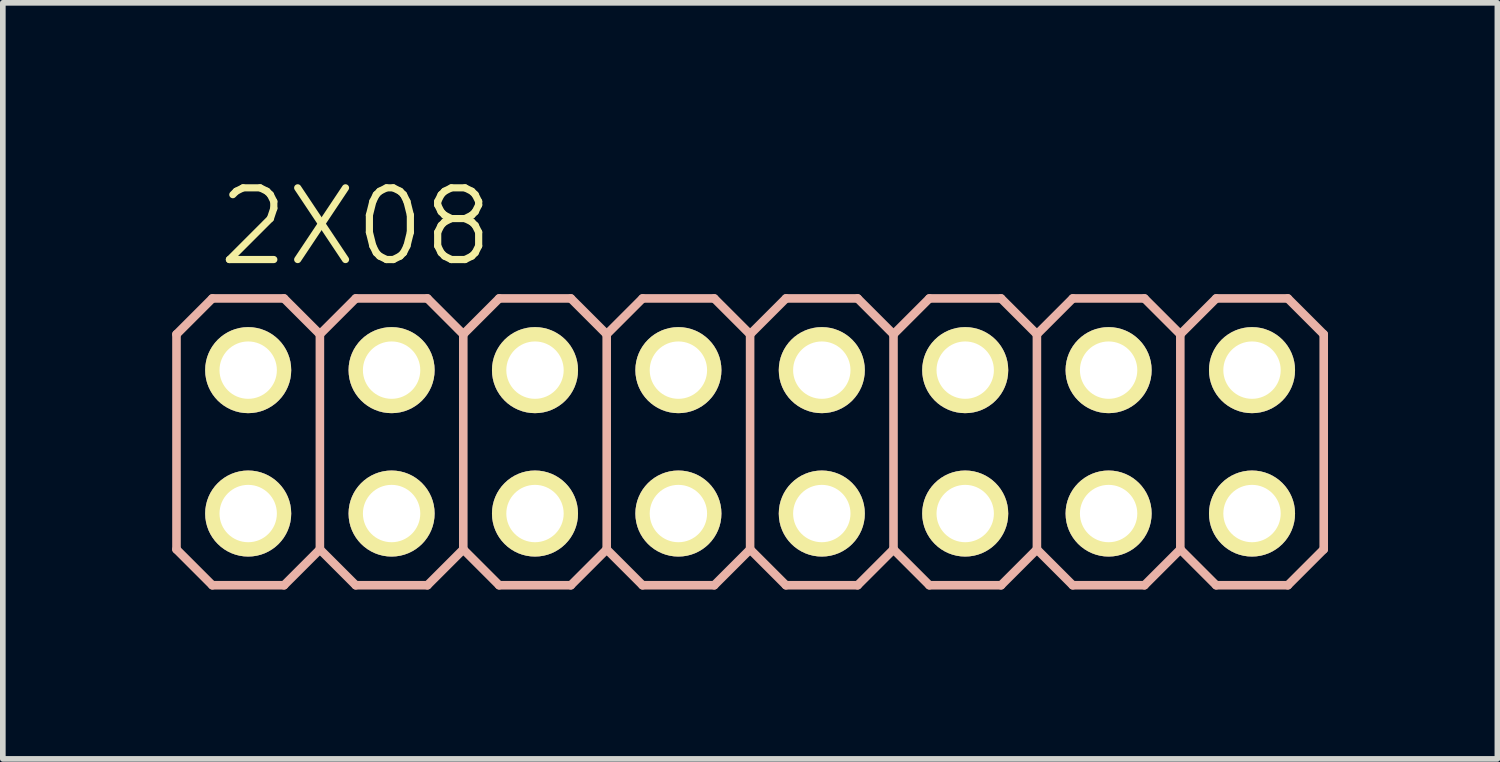
<source format=kicad_pcb>
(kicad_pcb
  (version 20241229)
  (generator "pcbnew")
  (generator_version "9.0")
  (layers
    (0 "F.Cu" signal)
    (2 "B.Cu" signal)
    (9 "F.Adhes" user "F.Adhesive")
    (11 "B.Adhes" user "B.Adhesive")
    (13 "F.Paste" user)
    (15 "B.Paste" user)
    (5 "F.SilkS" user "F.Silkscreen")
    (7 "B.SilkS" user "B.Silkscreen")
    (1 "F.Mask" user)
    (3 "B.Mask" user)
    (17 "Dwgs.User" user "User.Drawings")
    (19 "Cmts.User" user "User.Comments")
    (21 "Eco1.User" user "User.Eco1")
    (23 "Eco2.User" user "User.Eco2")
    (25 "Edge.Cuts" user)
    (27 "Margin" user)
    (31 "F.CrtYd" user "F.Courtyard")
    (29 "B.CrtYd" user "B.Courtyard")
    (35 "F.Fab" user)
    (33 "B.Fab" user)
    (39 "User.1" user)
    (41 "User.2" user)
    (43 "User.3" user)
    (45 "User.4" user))
  (footprint "2X08"
    (layer "F.Cu")
    (at 10.236 4.776)
    (property "Reference" "2X08" (at -6.985 -3.81 0) (layer "F.SilkS") (effects (font (size 1.27 1.27) (thickness 0.127))))
    (attr exclude_from_pos_files exclude_from_bom)
    (fp_line (start -9.144 -1.524) (end -8.636 -1.524) (stroke (width 0.066) (type solid)) (layer "F.SilkS"))
    (fp_line (start -9.144 -1.016) (end -9.144 -1.524) (stroke (width 0.066) (type solid)) (layer "F.SilkS"))
    (fp_line (start -9.144 -1.016) (end -8.636 -1.016) (stroke (width 0.066) (type solid)) (layer "F.SilkS"))
    (fp_line (start -9.144 1.016) (end -8.636 1.016) (stroke (width 0.066) (type solid)) (layer "F.SilkS"))
    (fp_line (start -9.144 1.524) (end -9.144 1.016) (stroke (width 0.066) (type solid)) (layer "F.SilkS"))
    (fp_line (start -9.144 1.524) (end -8.636 1.524) (stroke (width 0.066) (type solid)) (layer "F.SilkS"))
    (fp_line (start -8.636 -1.016) (end -8.636 -1.524) (stroke (width 0.066) (type solid)) (layer "F.SilkS"))
    (fp_line (start -8.636 1.524) (end -8.636 1.016) (stroke (width 0.066) (type solid)) (layer "F.SilkS"))
    (fp_line (start -6.604 -1.524) (end -6.096 -1.524) (stroke (width 0.066) (type solid)) (layer "F.SilkS"))
    (fp_line (start -6.604 -1.016) (end -6.604 -1.524) (stroke (width 0.066) (type solid)) (layer "F.SilkS"))
    (fp_line (start -6.604 -1.016) (end -6.096 -1.016) (stroke (width 0.066) (type solid)) (layer "F.SilkS"))
    (fp_line (start -6.604 1.016) (end -6.096 1.016) (stroke (width 0.066) (type solid)) (layer "F.SilkS"))
    (fp_line (start -6.604 1.524) (end -6.604 1.016) (stroke (width 0.066) (type solid)) (layer "F.SilkS"))
    (fp_line (start -6.604 1.524) (end -6.096 1.524) (stroke (width 0.066) (type solid)) (layer "F.SilkS"))
    (fp_line (start -6.096 -1.016) (end -6.096 -1.524) (stroke (width 0.066) (type solid)) (layer "F.SilkS"))
    (fp_line (start -6.096 1.524) (end -6.096 1.016) (stroke (width 0.066) (type solid)) (layer "F.SilkS"))
    (fp_line (start -4.064 -1.524) (end -3.556 -1.524) (stroke (width 0.066) (type solid)) (layer "F.SilkS"))
    (fp_line (start -4.064 -1.016) (end -4.064 -1.524) (stroke (width 0.066) (type solid)) (layer "F.SilkS"))
    (fp_line (start -4.064 -1.016) (end -3.556 -1.016) (stroke (width 0.066) (type solid)) (layer "F.SilkS"))
    (fp_line (start -4.064 1.016) (end -3.556 1.016) (stroke (width 0.066) (type solid)) (layer "F.SilkS"))
    (fp_line (start -4.064 1.524) (end -4.064 1.016) (stroke (width 0.066) (type solid)) (layer "F.SilkS"))
    (fp_line (start -4.064 1.524) (end -3.556 1.524) (stroke (width 0.066) (type solid)) (layer "F.SilkS"))
    (fp_line (start -3.556 -1.016) (end -3.556 -1.524) (stroke (width 0.066) (type solid)) (layer "F.SilkS"))
    (fp_line (start -3.556 1.524) (end -3.556 1.016) (stroke (width 0.066) (type solid)) (layer "F.SilkS"))
    (fp_line (start -1.524 -1.524) (end -1.016 -1.524) (stroke (width 0.066) (type solid)) (layer "F.SilkS"))
    (fp_line (start -1.524 -1.016) (end -1.524 -1.524) (stroke (width 0.066) (type solid)) (layer "F.SilkS"))
    (fp_line (start -1.524 -1.016) (end -1.016 -1.016) (stroke (width 0.066) (type solid)) (layer "F.SilkS"))
    (fp_line (start -1.524 1.016) (end -1.016 1.016) (stroke (width 0.066) (type solid)) (layer "F.SilkS"))
    (fp_line (start -1.524 1.524) (end -1.524 1.016) (stroke (width 0.066) (type solid)) (layer "F.SilkS"))
    (fp_line (start -1.524 1.524) (end -1.016 1.524) (stroke (width 0.066) (type solid)) (layer "F.SilkS"))
    (fp_line (start -1.016 -1.016) (end -1.016 -1.524) (stroke (width 0.066) (type solid)) (layer "F.SilkS"))
    (fp_line (start -1.016 1.524) (end -1.016 1.016) (stroke (width 0.066) (type solid)) (layer "F.SilkS"))
    (fp_line (start 1.016 -1.524) (end 1.524 -1.524) (stroke (width 0.066) (type solid)) (layer "F.SilkS"))
    (fp_line (start 1.016 -1.016) (end 1.016 -1.524) (stroke (width 0.066) (type solid)) (layer "F.SilkS"))
    (fp_line (start 1.016 -1.016) (end 1.524 -1.016) (stroke (width 0.066) (type solid)) (layer "F.SilkS"))
    (fp_line (start 1.016 1.016) (end 1.524 1.016) (stroke (width 0.066) (type solid)) (layer "F.SilkS"))
    (fp_line (start 1.016 1.524) (end 1.016 1.016) (stroke (width 0.066) (type solid)) (layer "F.SilkS"))
    (fp_line (start 1.016 1.524) (end 1.524 1.524) (stroke (width 0.066) (type solid)) (layer "F.SilkS"))
    (fp_line (start 1.524 -1.016) (end 1.524 -1.524) (stroke (width 0.066) (type solid)) (layer "F.SilkS"))
    (fp_line (start 1.524 1.524) (end 1.524 1.016) (stroke (width 0.066) (type solid)) (layer "F.SilkS"))
    (fp_line (start 3.556 -1.524) (end 4.064 -1.524) (stroke (width 0.066) (type solid)) (layer "F.SilkS"))
    (fp_line (start 3.556 -1.016) (end 3.556 -1.524) (stroke (width 0.066) (type solid)) (layer "F.SilkS"))
    (fp_line (start 3.556 -1.016) (end 4.064 -1.016) (stroke (width 0.066) (type solid)) (layer "F.SilkS"))
    (fp_line (start 3.556 1.016) (end 4.064 1.016) (stroke (width 0.066) (type solid)) (layer "F.SilkS"))
    (fp_line (start 3.556 1.524) (end 3.556 1.016) (stroke (width 0.066) (type solid)) (layer "F.SilkS"))
    (fp_line (start 3.556 1.524) (end 4.064 1.524) (stroke (width 0.066) (type solid)) (layer "F.SilkS"))
    (fp_line (start 4.064 -1.016) (end 4.064 -1.524) (stroke (width 0.066) (type solid)) (layer "F.SilkS"))
    (fp_line (start 4.064 1.524) (end 4.064 1.016) (stroke (width 0.066) (type solid)) (layer "F.SilkS"))
    (fp_line (start 6.096 -1.524) (end 6.604 -1.524) (stroke (width 0.066) (type solid)) (layer "F.SilkS"))
    (fp_line (start 6.096 -1.016) (end 6.096 -1.524) (stroke (width 0.066) (type solid)) (layer "F.SilkS"))
    (fp_line (start 6.096 -1.016) (end 6.604 -1.016) (stroke (width 0.066) (type solid)) (layer "F.SilkS"))
    (fp_line (start 6.096 1.016) (end 6.604 1.016) (stroke (width 0.066) (type solid)) (layer "F.SilkS"))
    (fp_line (start 6.096 1.524) (end 6.096 1.016) (stroke (width 0.066) (type solid)) (layer "F.SilkS"))
    (fp_line (start 6.096 1.524) (end 6.604 1.524) (stroke (width 0.066) (type solid)) (layer "F.SilkS"))
    (fp_line (start 6.604 -1.016) (end 6.604 -1.524) (stroke (width 0.066) (type solid)) (layer "F.SilkS"))
    (fp_line (start 6.604 1.524) (end 6.604 1.016) (stroke (width 0.066) (type solid)) (layer "F.SilkS"))
    (fp_line (start 8.636 -1.524) (end 9.144 -1.524) (stroke (width 0.066) (type solid)) (layer "F.SilkS"))
    (fp_line (start 8.636 -1.016) (end 8.636 -1.524) (stroke (width 0.066) (type solid)) (layer "F.SilkS"))
    (fp_line (start 8.636 -1.016) (end 9.144 -1.016) (stroke (width 0.066) (type solid)) (layer "F.SilkS"))
    (fp_line (start 8.636 1.016) (end 9.144 1.016) (stroke (width 0.066) (type solid)) (layer "F.SilkS"))
    (fp_line (start 8.636 1.524) (end 8.636 1.016) (stroke (width 0.066) (type solid)) (layer "F.SilkS"))
    (fp_line (start 8.636 1.524) (end 9.144 1.524) (stroke (width 0.066) (type solid)) (layer "F.SilkS"))
    (fp_line (start 9.144 -1.016) (end 9.144 -1.524) (stroke (width 0.066) (type solid)) (layer "F.SilkS"))
    (fp_line (start 9.144 1.524) (end 9.144 1.016) (stroke (width 0.066) (type solid)) (layer "F.SilkS"))
    (fp_line (start -10.16 -1.905) (end -9.525 -2.54) (stroke (width 0.152) (type solid)) (layer "B.SilkS"))
    (fp_line (start -10.16 1.905) (end -10.16 -1.905) (stroke (width 0.152) (type solid)) (layer "B.SilkS"))
    (fp_line (start -10.16 1.905) (end -9.525 2.54) (stroke (width 0.152) (type solid)) (layer "B.SilkS"))
    (fp_line (start -9.525 -2.54) (end -8.255 -2.54) (stroke (width 0.152) (type solid)) (layer "B.SilkS"))
    (fp_line (start -9.525 2.54) (end -8.255 2.54) (stroke (width 0.152) (type solid)) (layer "B.SilkS"))
    (fp_line (start -8.255 -2.54) (end -7.62 -1.905) (stroke (width 0.152) (type solid)) (layer "B.SilkS"))
    (fp_line (start -8.255 2.54) (end -7.62 1.905) (stroke (width 0.152) (type solid)) (layer "B.SilkS"))
    (fp_line (start -7.62 -1.905) (end -7.62 1.905) (stroke (width 0.152) (type solid)) (layer "B.SilkS"))
    (fp_line (start -7.62 -1.905) (end -6.985 -2.54) (stroke (width 0.152) (type solid)) (layer "B.SilkS"))
    (fp_line (start -7.62 1.905) (end -6.985 2.54) (stroke (width 0.152) (type solid)) (layer "B.SilkS"))
    (fp_line (start -6.985 -2.54) (end -5.715 -2.54) (stroke (width 0.152) (type solid)) (layer "B.SilkS"))
    (fp_line (start -6.985 2.54) (end -5.715 2.54) (stroke (width 0.152) (type solid)) (layer "B.SilkS"))
    (fp_line (start -5.715 -2.54) (end -5.08 -1.905) (stroke (width 0.152) (type solid)) (layer "B.SilkS"))
    (fp_line (start -5.715 2.54) (end -5.08 1.905) (stroke (width 0.152) (type solid)) (layer "B.SilkS"))
    (fp_line (start -5.08 -1.905) (end -5.08 1.905) (stroke (width 0.152) (type solid)) (layer "B.SilkS"))
    (fp_line (start -5.08 -1.905) (end -4.445 -2.54) (stroke (width 0.152) (type solid)) (layer "B.SilkS"))
    (fp_line (start -5.08 1.905) (end -4.445 2.54) (stroke (width 0.152) (type solid)) (layer "B.SilkS"))
    (fp_line (start -4.445 -2.54) (end -3.175 -2.54) (stroke (width 0.152) (type solid)) (layer "B.SilkS"))
    (fp_line (start -4.445 2.54) (end -3.175 2.54) (stroke (width 0.152) (type solid)) (layer "B.SilkS"))
    (fp_line (start -3.175 -2.54) (end -2.54 -1.905) (stroke (width 0.152) (type solid)) (layer "B.SilkS"))
    (fp_line (start -3.175 2.54) (end -2.54 1.905) (stroke (width 0.152) (type solid)) (layer "B.SilkS"))
    (fp_line (start -2.54 -1.905) (end -2.54 1.905) (stroke (width 0.152) (type solid)) (layer "B.SilkS"))
    (fp_line (start -2.54 -1.905) (end -1.905 -2.54) (stroke (width 0.152) (type solid)) (layer "B.SilkS"))
    (fp_line (start -2.54 1.905) (end -1.905 2.54) (stroke (width 0.152) (type solid)) (layer "B.SilkS"))
    (fp_line (start -1.905 -2.54) (end -0.635 -2.54) (stroke (width 0.152) (type solid)) (layer "B.SilkS"))
    (fp_line (start -1.905 2.54) (end -0.635 2.54) (stroke (width 0.152) (type solid)) (layer "B.SilkS"))
    (fp_line (start -0.635 -2.54) (end 0 -1.905) (stroke (width 0.152) (type solid)) (layer "B.SilkS"))
    (fp_line (start -0.635 2.54) (end 0 1.905) (stroke (width 0.152) (type solid)) (layer "B.SilkS"))
    (fp_line (start 0 -1.905) (end 0 1.905) (stroke (width 0.152) (type solid)) (layer "B.SilkS"))
    (fp_line (start 0 -1.905) (end 0.635 -2.54) (stroke (width 0.152) (type solid)) (layer "B.SilkS"))
    (fp_line (start 0 1.905) (end 0.635 2.54) (stroke (width 0.152) (type solid)) (layer "B.SilkS"))
    (fp_line (start 0.635 -2.54) (end 1.905 -2.54) (stroke (width 0.152) (type solid)) (layer "B.SilkS"))
    (fp_line (start 0.635 2.54) (end 1.905 2.54) (stroke (width 0.152) (type solid)) (layer "B.SilkS"))
    (fp_line (start 1.905 -2.54) (end 2.54 -1.905) (stroke (width 0.152) (type solid)) (layer "B.SilkS"))
    (fp_line (start 1.905 2.54) (end 2.54 1.905) (stroke (width 0.152) (type solid)) (layer "B.SilkS"))
    (fp_line (start 2.54 -1.905) (end 2.54 1.905) (stroke (width 0.152) (type solid)) (layer "B.SilkS"))
    (fp_line (start 2.54 -1.905) (end 3.175 -2.54) (stroke (width 0.152) (type solid)) (layer "B.SilkS"))
    (fp_line (start 2.54 1.905) (end 3.175 2.54) (stroke (width 0.152) (type solid)) (layer "B.SilkS"))
    (fp_line (start 3.175 -2.54) (end 4.445 -2.54) (stroke (width 0.152) (type solid)) (layer "B.SilkS"))
    (fp_line (start 3.175 2.54) (end 4.445 2.54) (stroke (width 0.152) (type solid)) (layer "B.SilkS"))
    (fp_line (start 4.445 -2.54) (end 5.08 -1.905) (stroke (width 0.152) (type solid)) (layer "B.SilkS"))
    (fp_line (start 4.445 2.54) (end 5.08 1.905) (stroke (width 0.152) (type solid)) (layer "B.SilkS"))
    (fp_line (start 5.08 -1.905) (end 5.08 1.905) (stroke (width 0.152) (type solid)) (layer "B.SilkS"))
    (fp_line (start 5.08 -1.905) (end 5.715 -2.54) (stroke (width 0.152) (type solid)) (layer "B.SilkS"))
    (fp_line (start 5.08 1.905) (end 5.715 2.54) (stroke (width 0.152) (type solid)) (layer "B.SilkS"))
    (fp_line (start 5.715 -2.54) (end 6.985 -2.54) (stroke (width 0.152) (type solid)) (layer "B.SilkS"))
    (fp_line (start 5.715 2.54) (end 6.985 2.54) (stroke (width 0.152) (type solid)) (layer "B.SilkS"))
    (fp_line (start 6.985 -2.54) (end 7.62 -1.905) (stroke (width 0.152) (type solid)) (layer "B.SilkS"))
    (fp_line (start 7.62 -1.905) (end 7.62 1.905) (stroke (width 0.152) (type solid)) (layer "B.SilkS"))
    (fp_line (start 7.62 -1.905) (end 8.255 -2.54) (stroke (width 0.152) (type solid)) (layer "B.SilkS"))
    (fp_line (start 7.62 1.905) (end 6.985 2.54) (stroke (width 0.152) (type solid)) (layer "B.SilkS"))
    (fp_line (start 7.62 1.905) (end 8.255 2.54) (stroke (width 0.152) (type solid)) (layer "B.SilkS"))
    (fp_line (start 8.255 -2.54) (end 9.525 -2.54) (stroke (width 0.152) (type solid)) (layer "B.SilkS"))
    (fp_line (start 8.255 2.54) (end 9.525 2.54) (stroke (width 0.152) (type solid)) (layer "B.SilkS"))
    (fp_line (start 9.525 -2.54) (end 10.16 -1.905) (stroke (width 0.152) (type solid)) (layer "B.SilkS"))
    (fp_line (start 10.16 -1.905) (end 10.16 1.905) (stroke (width 0.152) (type solid)) (layer "B.SilkS"))
    (fp_line (start 10.16 1.905) (end 9.525 2.54) (stroke (width 0.152) (type solid)) (layer "B.SilkS"))
    (pad "1" thru_hole circle (at -8.89 1.27) (size 1.524 1.524) (drill 1.016) (layers "*.Cu" "F.Mask" "F.SilkS" "F.Paste"))
    (pad "2" thru_hole circle (at -8.89 -1.27) (size 1.524 1.524) (drill 1.016) (layers "*.Cu" "F.Mask" "F.SilkS" "F.Paste"))
    (pad "3" thru_hole circle (at -6.35 1.27) (size 1.524 1.524) (drill 1.016) (layers "*.Cu" "F.Mask" "F.SilkS" "F.Paste"))
    (pad "4" thru_hole circle (at -6.35 -1.27) (size 1.524 1.524) (drill 1.016) (layers "*.Cu" "F.Mask" "F.SilkS" "F.Paste"))
    (pad "5" thru_hole circle (at -3.81 1.27) (size 1.524 1.524) (drill 1.016) (layers "*.Cu" "F.Mask" "F.SilkS" "F.Paste"))
    (pad "6" thru_hole circle (at -3.81 -1.27) (size 1.524 1.524) (drill 1.016) (layers "*.Cu" "F.Mask" "F.SilkS" "F.Paste"))
    (pad "7" thru_hole circle (at -1.27 1.27) (size 1.524 1.524) (drill 1.016) (layers "*.Cu" "F.Mask" "F.SilkS" "F.Paste"))
    (pad "8" thru_hole circle (at -1.27 -1.27) (size 1.524 1.524) (drill 1.016) (layers "*.Cu" "F.Mask" "F.SilkS" "F.Paste"))
    (pad "9" thru_hole circle (at 1.27 1.27) (size 1.524 1.524) (drill 1.016) (layers "*.Cu" "F.Mask" "F.SilkS" "F.Paste"))
    (pad "10" thru_hole circle (at 1.27 -1.27) (size 1.524 1.524) (drill 1.016) (layers "*.Cu" "F.Mask" "F.SilkS" "F.Paste"))
    (pad "11" thru_hole circle (at 3.81 1.27) (size 1.524 1.524) (drill 1.016) (layers "*.Cu" "F.Mask" "F.SilkS" "F.Paste"))
    (pad "12" thru_hole circle (at 3.81 -1.27) (size 1.524 1.524) (drill 1.016) (layers "*.Cu" "F.Mask" "F.SilkS" "F.Paste"))
    (pad "13" thru_hole circle (at 6.35 1.27) (size 1.524 1.524) (drill 1.016) (layers "*.Cu" "F.Mask" "F.SilkS" "F.Paste"))
    (pad "14" thru_hole circle (at 6.35 -1.27) (size 1.524 1.524) (drill 1.016) (layers "*.Cu" "F.Mask" "F.SilkS" "F.Paste"))
    (pad "15" thru_hole circle (at 8.89 1.27) (size 1.524 1.524) (drill 1.016) (layers "*.Cu" "F.Mask" "F.SilkS" "F.Paste"))
    (pad "16" thru_hole circle (at 8.89 -1.27) (size 1.524 1.524) (drill 1.016) (layers "*.Cu" "F.Mask" "F.SilkS" "F.Paste")))
  (gr_rect
    (start -3 -3)
    (end 23.472 10.392)
    (stroke (width 0.1) (type default))
    (fill no)
    (layer "Edge.Cuts")))
</source>
